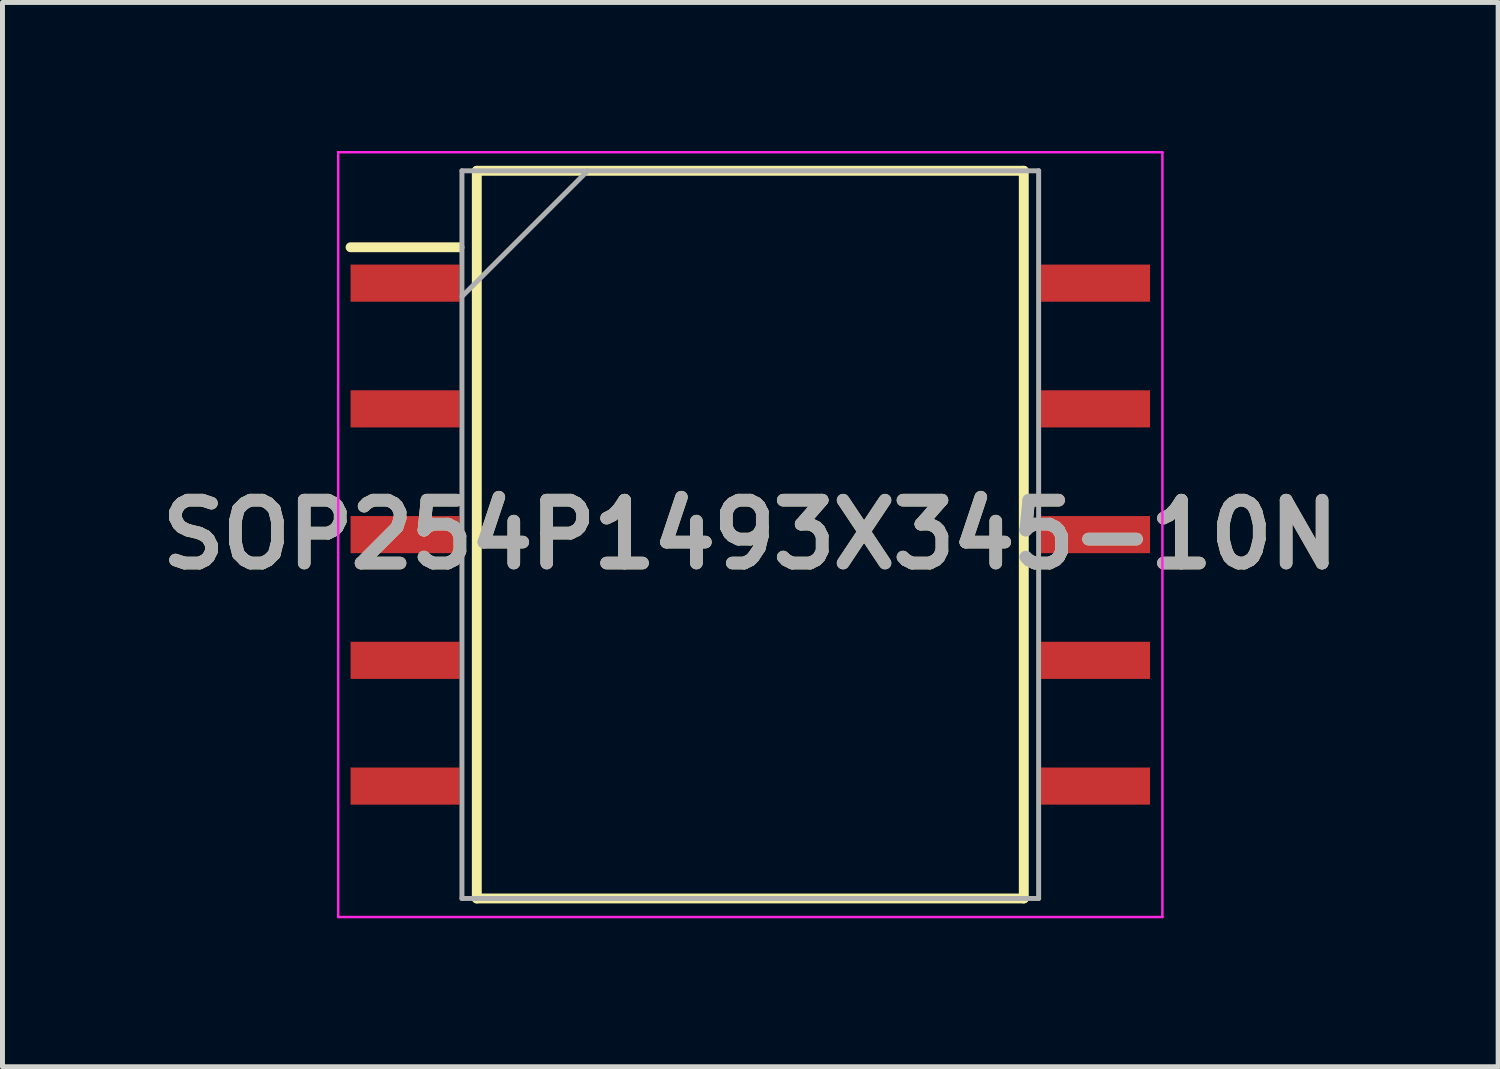
<source format=kicad_pcb>
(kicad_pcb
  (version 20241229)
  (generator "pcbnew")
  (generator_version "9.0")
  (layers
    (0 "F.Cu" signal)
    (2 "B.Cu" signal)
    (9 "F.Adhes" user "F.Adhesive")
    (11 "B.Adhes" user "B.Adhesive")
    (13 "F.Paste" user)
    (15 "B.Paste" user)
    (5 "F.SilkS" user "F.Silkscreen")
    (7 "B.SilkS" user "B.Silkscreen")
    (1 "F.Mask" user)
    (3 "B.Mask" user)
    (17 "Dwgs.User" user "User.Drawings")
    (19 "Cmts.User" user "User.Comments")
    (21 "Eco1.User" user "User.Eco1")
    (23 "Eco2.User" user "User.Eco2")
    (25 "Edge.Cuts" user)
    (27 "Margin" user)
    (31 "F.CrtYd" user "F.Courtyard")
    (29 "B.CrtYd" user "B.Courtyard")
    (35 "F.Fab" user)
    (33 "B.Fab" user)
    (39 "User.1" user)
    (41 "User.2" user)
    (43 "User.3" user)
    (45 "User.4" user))
  (footprint "SOP254P1493X345-10N"
    (layer "F.Cu")
    (at 12.107 7.75)
    (property "Reference" "SOP254P1493X345-10N" (at 0 0 0) (layer "F.SilkS") (effects (font (size 1.27 1.27) (thickness 0.254))))
    (attr smd)
    (fp_line (start -8.075 -5.805) (end -5.875 -5.805) (stroke (width 0.2) (type solid)) (layer "F.SilkS"))
    (fp_line (start -5.525 -7.35) (end 5.525 -7.35) (stroke (width 0.2) (type solid)) (layer "F.SilkS"))
    (fp_line (start -5.525 7.35) (end -5.525 -7.35) (stroke (width 0.2) (type solid)) (layer "F.SilkS"))
    (fp_line (start 5.525 -7.35) (end 5.525 7.35) (stroke (width 0.2) (type solid)) (layer "F.SilkS"))
    (fp_line (start 5.525 7.35) (end -5.525 7.35) (stroke (width 0.2) (type solid)) (layer "F.SilkS"))
    (fp_line (start -8.325 -7.725) (end 8.325 -7.725) (stroke (width 0.05) (type solid)) (layer "F.CrtYd"))
    (fp_line (start -8.325 7.725) (end -8.325 -7.725) (stroke (width 0.05) (type solid)) (layer "F.CrtYd"))
    (fp_line (start 8.325 -7.725) (end 8.325 7.725) (stroke (width 0.05) (type solid)) (layer "F.CrtYd"))
    (fp_line (start 8.325 7.725) (end -8.325 7.725) (stroke (width 0.05) (type solid)) (layer "F.CrtYd"))
    (fp_line (start -5.825 -7.35) (end 5.825 -7.35) (stroke (width 0.1) (type solid)) (layer "F.Fab"))
    (fp_line (start -5.825 -4.81) (end -3.285 -7.35) (stroke (width 0.1) (type solid)) (layer "F.Fab"))
    (fp_line (start -5.825 7.35) (end -5.825 -7.35) (stroke (width 0.1) (type solid)) (layer "F.Fab"))
    (fp_line (start 5.825 -7.35) (end 5.825 7.35) (stroke (width 0.1) (type solid)) (layer "F.Fab"))
    (fp_line (start 5.825 7.35) (end -5.825 7.35) (stroke (width 0.1) (type solid)) (layer "F.Fab"))
    (fp_text user "${REFERENCE}" (at 0 0 0) (layer "F.Fab") (effects (font (size 1.27 1.27) (thickness 0.254))))
    (pad "1" smd rect (at -6.975 -5.08 90) (size 0.75 2.2) (layers "F.Cu" "F.Mask" "F.Paste"))
    (pad "2" smd rect (at -6.975 -2.54 90) (size 0.75 2.2) (layers "F.Cu" "F.Mask" "F.Paste"))
    (pad "3" smd rect (at -6.975 0 90) (size 0.75 2.2) (layers "F.Cu" "F.Mask" "F.Paste"))
    (pad "4" smd rect (at -6.975 2.54 90) (size 0.75 2.2) (layers "F.Cu" "F.Mask" "F.Paste"))
    (pad "5" smd rect (at -6.975 5.08 90) (size 0.75 2.2) (layers "F.Cu" "F.Mask" "F.Paste"))
    (pad "6" smd rect (at 6.975 5.08 90) (size 0.75 2.2) (layers "F.Cu" "F.Mask" "F.Paste"))
    (pad "7" smd rect (at 6.975 2.54 90) (size 0.75 2.2) (layers "F.Cu" "F.Mask" "F.Paste"))
    (pad "8" smd rect (at 6.975 0 90) (size 0.75 2.2) (layers "F.Cu" "F.Mask" "F.Paste"))
    (pad "9" smd rect (at 6.975 -2.54 90) (size 0.75 2.2) (layers "F.Cu" "F.Mask" "F.Paste"))
    (pad "10" smd rect (at 6.975 -5.08 90) (size 0.75 2.2) (layers "F.Cu" "F.Mask" "F.Paste")))
  (gr_rect
    (start -3 -3)
    (end 27.215 18.5)
    (stroke (width 0.1) (type default))
    (fill no)
    (layer "Edge.Cuts")))
</source>
